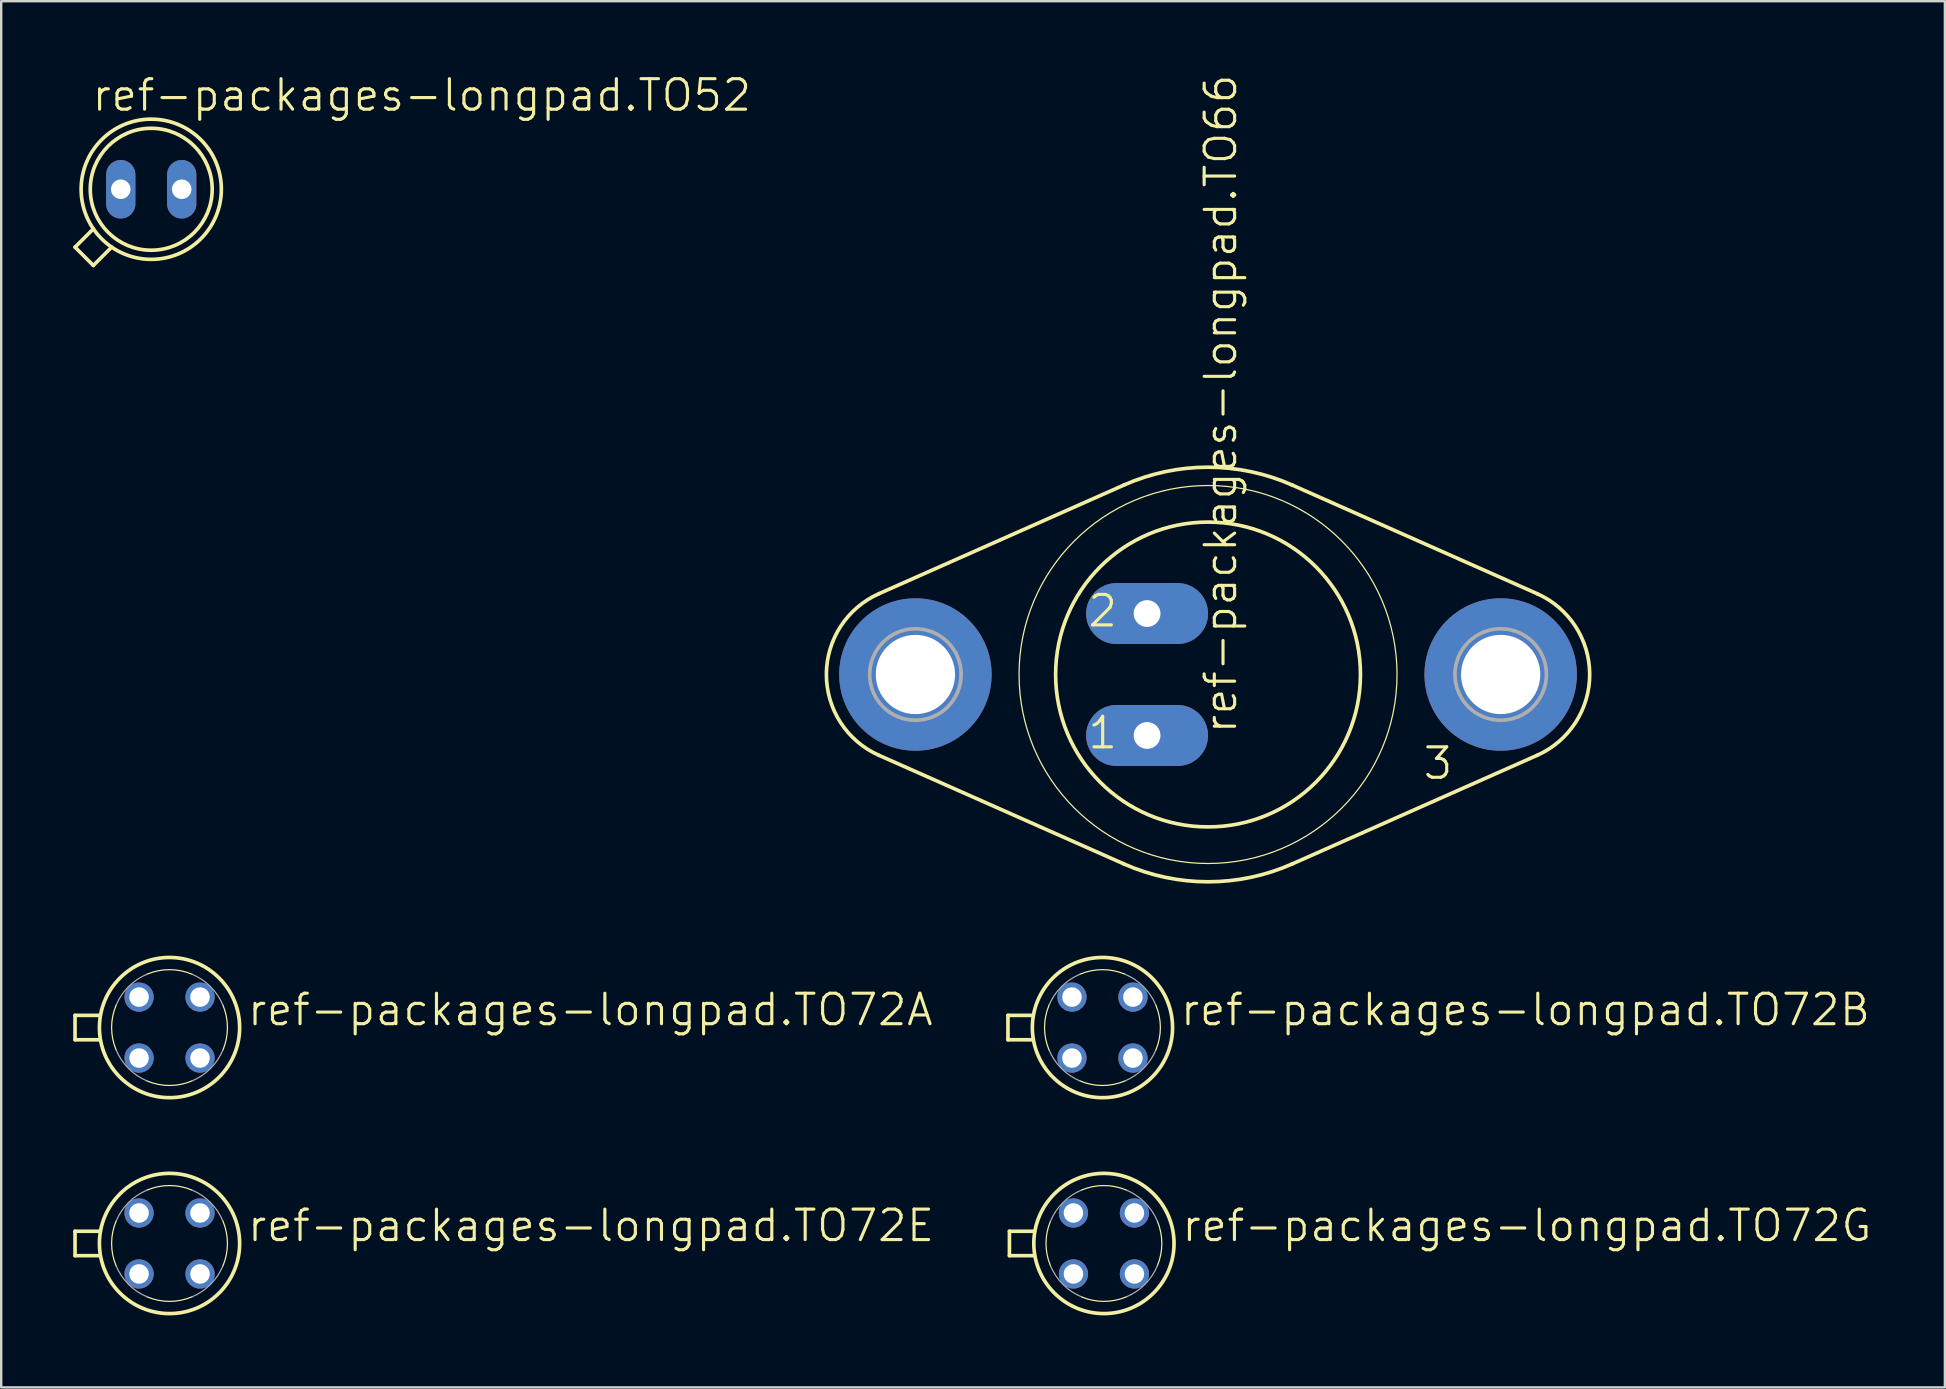
<source format=kicad_pcb>
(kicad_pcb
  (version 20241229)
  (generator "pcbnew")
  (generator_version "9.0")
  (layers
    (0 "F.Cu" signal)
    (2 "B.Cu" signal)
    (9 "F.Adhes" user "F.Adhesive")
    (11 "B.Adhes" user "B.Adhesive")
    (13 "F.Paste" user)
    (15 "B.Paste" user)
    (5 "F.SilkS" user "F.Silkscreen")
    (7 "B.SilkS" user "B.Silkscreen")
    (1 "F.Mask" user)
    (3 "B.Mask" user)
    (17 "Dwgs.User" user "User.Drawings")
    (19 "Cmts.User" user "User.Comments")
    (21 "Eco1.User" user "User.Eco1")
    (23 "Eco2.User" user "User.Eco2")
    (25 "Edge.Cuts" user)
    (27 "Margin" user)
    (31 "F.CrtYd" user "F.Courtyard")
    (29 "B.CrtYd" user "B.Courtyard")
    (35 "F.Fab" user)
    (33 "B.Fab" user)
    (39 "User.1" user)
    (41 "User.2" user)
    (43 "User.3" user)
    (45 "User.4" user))
  (footprint "ref-packages-longpad.TO72E"
    (layer "F.Cu")
    (at 4.013 48.757)
    (property "Reference" "ref-packages-longpad.TO72E" (at 3.175 0 0) (layer "F.SilkS") (effects (font (size 1.27 1.27) (thickness 0.13)) (justify left bottom)))
    (attr through_hole)
    (fp_line (start -3.937 -0.508) (end -2.896 -0.508) (stroke (width 0.152) (type default)) (layer "F.SilkS"))
    (fp_line (start -3.937 0.508) (end -3.937 -0.508) (stroke (width 0.152) (type default)) (layer "F.SilkS"))
    (fp_line (start -2.896 0.508) (end -3.937 0.508) (stroke (width 0.152) (type default)) (layer "F.SilkS"))
    (fp_arc (start -2.227 0.9289) (mid -2.412962 0) (end -2.227 -0.9289) (stroke (width 0.0508) (type default)) (layer "F.SilkS"))
    (fp_arc (start -0.9289 -2.227) (mid 0 -2.412962) (end 0.9289 -2.227) (stroke (width 0.0508) (type default)) (layer "F.SilkS"))
    (fp_arc (start 0.9289 2.227) (mid 0 2.412962) (end -0.9289 2.227) (stroke (width 0.0508) (type default)) (layer "F.SilkS"))
    (fp_arc (start 2.227 -0.9289) (mid 2.412962 0) (end 2.227 0.9289) (stroke (width 0.0508) (type default)) (layer "F.SilkS"))
    (fp_circle (center 0 0) (end 2.921 0) (stroke (width 0.152) (type default)) (fill no) (layer "F.SilkS"))
    (fp_arc (start -2.227 -0.9289) (mid -1.706222 -1.706222) (end -0.9289 -2.227) (stroke (width 0.0508) (type default)) (layer "F.Fab"))
    (fp_arc (start -0.9289 2.227) (mid -1.706222 1.706222) (end -2.227 0.9289) (stroke (width 0.0508) (type default)) (layer "F.Fab"))
    (fp_arc (start 0.9289 -2.227) (mid 1.706222 -1.706222) (end 2.227 -0.9289) (stroke (width 0.0508) (type default)) (layer "F.Fab"))
    (fp_arc (start 2.227 0.9289) (mid 1.706222 1.706222) (end 0.9289 2.227) (stroke (width 0.0508) (type default)) (layer "F.Fab"))
    (pad "D" thru_hole circle (at 1.27 1.27) (size 1.219 1.219) (drill 0.813) (layers "*.Cu" "*.Mask"))
    (pad "G" thru_hole circle (at 1.27 -1.27) (size 1.219 1.219) (drill 0.813) (layers "*.Cu" "*.Mask"))
    (pad "S" thru_hole circle (at -1.27 1.27) (size 1.219 1.219) (drill 0.813) (layers "*.Cu" "*.Mask"))
    (pad "SUB" thru_hole circle (at -1.27 -1.27) (size 1.219 1.219) (drill 0.813) (layers "*.Cu" "*.Mask")))
  (footprint "ref-packages-longpad.TO72B"
    (layer "F.Cu")
    (at 42.882 39.762)
    (property "Reference" "ref-packages-longpad.TO72B" (at 3.175 0 0) (layer "F.SilkS") (effects (font (size 1.27 1.27) (thickness 0.13)) (justify left bottom)))
    (attr through_hole)
    (fp_line (start -3.937 -0.508) (end -2.896 -0.508) (stroke (width 0.152) (type default)) (layer "F.SilkS"))
    (fp_line (start -3.937 0.508) (end -3.937 -0.508) (stroke (width 0.152) (type default)) (layer "F.SilkS"))
    (fp_line (start -2.896 0.508) (end -3.937 0.508) (stroke (width 0.152) (type default)) (layer "F.SilkS"))
    (fp_arc (start -2.227 0.9289) (mid -2.412962 0) (end -2.227 -0.9289) (stroke (width 0.0508) (type default)) (layer "F.SilkS"))
    (fp_arc (start -0.9289 -2.227) (mid 0 -2.412962) (end 0.9289 -2.227) (stroke (width 0.0508) (type default)) (layer "F.SilkS"))
    (fp_arc (start 0.9289 2.227) (mid 0 2.412962) (end -0.9289 2.227) (stroke (width 0.0508) (type default)) (layer "F.SilkS"))
    (fp_arc (start 2.227 -0.9289) (mid 2.412962 0) (end 2.227 0.9289) (stroke (width 0.0508) (type default)) (layer "F.SilkS"))
    (fp_circle (center 0 0) (end 2.921 0) (stroke (width 0.152) (type default)) (fill no) (layer "F.SilkS"))
    (fp_arc (start -2.227 -0.9289) (mid -1.706222 -1.706222) (end -0.9289 -2.227) (stroke (width 0.0508) (type default)) (layer "F.Fab"))
    (fp_arc (start -0.9289 2.227) (mid -1.706222 1.706222) (end -2.227 0.9289) (stroke (width 0.0508) (type default)) (layer "F.Fab"))
    (fp_arc (start 0.9289 -2.227) (mid 1.706222 -1.706222) (end 2.227 -0.9289) (stroke (width 0.0508) (type default)) (layer "F.Fab"))
    (fp_arc (start 2.227 0.9289) (mid 1.706222 1.706222) (end 0.9289 2.227) (stroke (width 0.0508) (type default)) (layer "F.Fab"))
    (pad "B" thru_hole circle (at 1.27 1.27) (size 1.219 1.219) (drill 0.813) (layers "*.Cu" "*.Mask"))
    (pad "C" thru_hole circle (at 1.27 -1.27) (size 1.219 1.219) (drill 0.813) (layers "*.Cu" "*.Mask"))
    (pad "E" thru_hole circle (at -1.27 1.27) (size 1.219 1.219) (drill 0.813) (layers "*.Cu" "*.Mask"))
    (pad "GEH" thru_hole circle (at -1.27 -1.27) (size 1.219 1.219) (drill 0.813) (layers "*.Cu" "*.Mask")))
  (footprint "ref-packages-longpad.TO66"
    (layer "F.Cu")
    (at 47.281 25.052)
    (property "Reference" "ref-packages-longpad.TO66" (at 1.27 2.54 90) (layer "F.SilkS") (effects (font (size 1.27 1.27) (thickness 0.13)) (justify left bottom)))
    (attr through_hole)
    (fp_line (start -3.501 -7.895) (end -13.711 -3.367) (stroke (width 0.152) (type default)) (layer "F.SilkS"))
    (fp_line (start -3.501 7.895) (end -13.711 3.367) (stroke (width 0.152) (type default)) (layer "F.SilkS"))
    (fp_line (start 3.501 -7.895) (end 13.711 -3.367) (stroke (width 0.152) (type default)) (layer "F.SilkS"))
    (fp_line (start 3.501 7.895) (end 13.711 3.367) (stroke (width 0.152) (type default)) (layer "F.SilkS"))
    (fp_arc (start -13.711 3.367) (mid -15.900927 0.0002) (end -13.711 -3.3666) (stroke (width 0.1524) (type default)) (layer "F.SilkS"))
    (fp_arc (start -3.501 -7.895) (mid 0.0001 -8.636519) (end 3.5012 -7.895) (stroke (width 0.1524) (type default)) (layer "F.SilkS"))
    (fp_arc (start 3.5012 7.895) (mid 0.0001 8.636519) (end -3.501 7.895) (stroke (width 0.1524) (type default)) (layer "F.SilkS"))
    (fp_arc (start 13.711 -3.3666) (mid 15.900927 0.0002) (end 13.711 3.367) (stroke (width 0.1524) (type default)) (layer "F.SilkS"))
    (fp_circle (center 0 0) (end 6.35 0) (stroke (width 0.152) (type default)) (fill no) (layer "F.SilkS"))
    (fp_circle (center 0 0) (end 7.874 0) (stroke (width 0.051) (type default)) (fill no) (layer "F.SilkS"))
    (fp_circle (center -12.192 0) (end -10.287 0) (stroke (width 0.152) (type default)) (fill no) (layer "F.Fab"))
    (fp_circle (center 12.192 0) (end 14.097 0) (stroke (width 0.152) (type default)) (fill no) (layer "F.Fab"))
    (fp_text user "2" (at -5.08 -1.905 0) (layer "F.SilkS") (effects (font (size 1.27 1.27) (thickness 0.13)) (justify left bottom)))
    (fp_text user "1" (at -5.08 3.175 0) (layer "F.SilkS") (effects (font (size 1.27 1.27) (thickness 0.13)) (justify left bottom)))
    (fp_text user "3" (at 8.89 4.445 0) (layer "F.SilkS") (effects (font (size 1.27 1.27) (thickness 0.13)) (justify left bottom)))
    (pad "1" thru_hole oval (at -2.54 2.54) (size 5.08 2.54) (drill 1.118) (layers "*.Cu" "*.Mask"))
    (pad "2" thru_hole oval (at -2.54 -2.54) (size 5.08 2.54) (drill 1.118) (layers "*.Cu" "*.Mask"))
    (pad "3" thru_hole circle (at 12.192 0) (size 6.35 6.35) (drill 3.302) (layers "*.Cu" "*.Mask"))
    (pad "TO66" thru_hole circle (at -12.192 0) (size 6.35 6.35) (drill 3.302) (layers "*.Cu" "*.Mask")))
  (footprint "ref-packages-longpad.TO72A"
    (layer "F.Cu")
    (at 4.013 39.762)
    (property "Reference" "ref-packages-longpad.TO72A" (at 3.175 0 0) (layer "F.SilkS") (effects (font (size 1.27 1.27) (thickness 0.13)) (justify left bottom)))
    (attr through_hole)
    (fp_line (start -3.937 -0.508) (end -2.896 -0.508) (stroke (width 0.152) (type default)) (layer "F.SilkS"))
    (fp_line (start -3.937 0.508) (end -3.937 -0.508) (stroke (width 0.152) (type default)) (layer "F.SilkS"))
    (fp_line (start -2.896 0.508) (end -3.937 0.508) (stroke (width 0.152) (type default)) (layer "F.SilkS"))
    (fp_arc (start -2.227 0.9289) (mid -2.412962 0) (end -2.227 -0.9289) (stroke (width 0.0508) (type default)) (layer "F.SilkS"))
    (fp_arc (start -0.9289 -2.227) (mid 0 -2.412962) (end 0.9289 -2.227) (stroke (width 0.0508) (type default)) (layer "F.SilkS"))
    (fp_arc (start 0.9289 2.227) (mid 0 2.412962) (end -0.9289 2.227) (stroke (width 0.0508) (type default)) (layer "F.SilkS"))
    (fp_arc (start 2.227 -0.9289) (mid 2.412962 0) (end 2.227 0.9289) (stroke (width 0.0508) (type default)) (layer "F.SilkS"))
    (fp_circle (center 0 0) (end 2.921 0) (stroke (width 0.152) (type default)) (fill no) (layer "F.SilkS"))
    (fp_arc (start -2.227 -0.9289) (mid -1.706222 -1.706222) (end -0.9289 -2.227) (stroke (width 0.0508) (type default)) (layer "F.Fab"))
    (fp_arc (start -0.9289 2.227) (mid -1.706222 1.706222) (end -2.227 0.9289) (stroke (width 0.0508) (type default)) (layer "F.Fab"))
    (fp_arc (start 0.9289 -2.227) (mid 1.706222 -1.706222) (end 2.227 -0.9289) (stroke (width 0.0508) (type default)) (layer "F.Fab"))
    (fp_arc (start 2.227 0.9289) (mid 1.706222 1.706222) (end 0.9289 2.227) (stroke (width 0.0508) (type default)) (layer "F.Fab"))
    (pad "B" thru_hole circle (at -1.27 1.27) (size 1.219 1.219) (drill 0.813) (layers "*.Cu" "*.Mask"))
    (pad "C" thru_hole circle (at 1.27 -1.27) (size 1.219 1.219) (drill 0.813) (layers "*.Cu" "*.Mask"))
    (pad "E" thru_hole circle (at 1.27 1.27) (size 1.219 1.219) (drill 0.813) (layers "*.Cu" "*.Mask"))
    (pad "GEH" thru_hole circle (at -1.27 -1.27) (size 1.219 1.219) (drill 0.813) (layers "*.Cu" "*.Mask")))
  (footprint "ref-packages-longpad.TO52"
    (layer "F.Cu")
    (at 3.251 4.835)
    (property "Reference" "ref-packages-longpad.TO52" (at -2.54 -3.175 0) (layer "F.SilkS") (effects (font (size 1.27 1.27) (thickness 0.13)) (justify left bottom)))
    (attr through_hole)
    (fp_line (start -3.175 2.413) (end -2.413 3.175) (stroke (width 0.152) (type default)) (layer "F.SilkS"))
    (fp_line (start -3.175 2.413) (end -2.411 1.649) (stroke (width 0.152) (type default)) (layer "F.SilkS"))
    (fp_line (start -2.413 3.175) (end -1.649 2.411) (stroke (width 0.152) (type default)) (layer "F.SilkS"))
    (fp_circle (center 0 0) (end 2.54 0) (stroke (width 0.152) (type default)) (fill no) (layer "F.SilkS"))
    (fp_circle (center 0 0) (end 2.921 0) (stroke (width 0.152) (type default)) (fill no) (layer "F.SilkS"))
    (pad "1" thru_hole oval (at -1.27 0 90) (size 2.438 1.219) (drill 0.813) (layers "*.Cu" "*.Mask"))
    (pad "2" thru_hole oval (at 1.27 0 90) (size 2.438 1.219) (drill 0.813) (layers "*.Cu" "*.Mask")))
  (footprint "ref-packages-longpad.TO72G"
    (layer "F.Cu")
    (at 42.943 48.757)
    (property "Reference" "ref-packages-longpad.TO72G" (at 3.175 0 0) (layer "F.SilkS") (effects (font (size 1.27 1.27) (thickness 0.13)) (justify left bottom)))
    (attr through_hole)
    (fp_line (start -3.937 -0.508) (end -2.896 -0.508) (stroke (width 0.152) (type default)) (layer "F.SilkS"))
    (fp_line (start -3.937 0.508) (end -3.937 -0.508) (stroke (width 0.152) (type default)) (layer "F.SilkS"))
    (fp_line (start -2.896 0.508) (end -3.937 0.508) (stroke (width 0.152) (type default)) (layer "F.SilkS"))
    (fp_arc (start -2.227 0.9289) (mid -2.412962 0) (end -2.227 -0.9289) (stroke (width 0.0508) (type default)) (layer "F.SilkS"))
    (fp_arc (start -0.9289 -2.227) (mid 0 -2.412962) (end 0.9289 -2.227) (stroke (width 0.0508) (type default)) (layer "F.SilkS"))
    (fp_arc (start 0.9289 2.227) (mid 0 2.412962) (end -0.9289 2.227) (stroke (width 0.0508) (type default)) (layer "F.SilkS"))
    (fp_arc (start 2.227 -0.9289) (mid 2.412962 0) (end 2.227 0.9289) (stroke (width 0.0508) (type default)) (layer "F.SilkS"))
    (fp_circle (center 0 0) (end 2.921 0) (stroke (width 0.152) (type default)) (fill no) (layer "F.SilkS"))
    (fp_arc (start -2.227 -0.9289) (mid -1.706222 -1.706222) (end -0.9289 -2.227) (stroke (width 0.0508) (type default)) (layer "F.Fab"))
    (fp_arc (start -0.9289 2.227) (mid -1.706222 1.706222) (end -2.227 0.9289) (stroke (width 0.0508) (type default)) (layer "F.Fab"))
    (fp_arc (start 0.9289 -2.227) (mid 1.706222 -1.706222) (end 2.227 -0.9289) (stroke (width 0.0508) (type default)) (layer "F.Fab"))
    (fp_arc (start 2.227 0.9289) (mid 1.706222 1.706222) (end 0.9289 2.227) (stroke (width 0.0508) (type default)) (layer "F.Fab"))
    (pad "B" thru_hole circle (at -1.27 -1.27) (size 1.219 1.219) (drill 0.813) (layers "*.Cu" "*.Mask"))
    (pad "D" thru_hole circle (at -1.27 1.27) (size 1.219 1.219) (drill 0.813) (layers "*.Cu" "*.Mask"))
    (pad "G" thru_hole circle (at 1.27 -1.27) (size 1.219 1.219) (drill 0.813) (layers "*.Cu" "*.Mask"))
    (pad "S" thru_hole circle (at 1.27 1.27) (size 1.219 1.219) (drill 0.813) (layers "*.Cu" "*.Mask")))
  (gr_rect
    (start -3 -3)
    (end 77.98 54.754)
    (stroke (width 0.1) (type default))
    (fill no)
    (layer "Edge.Cuts")))
</source>
